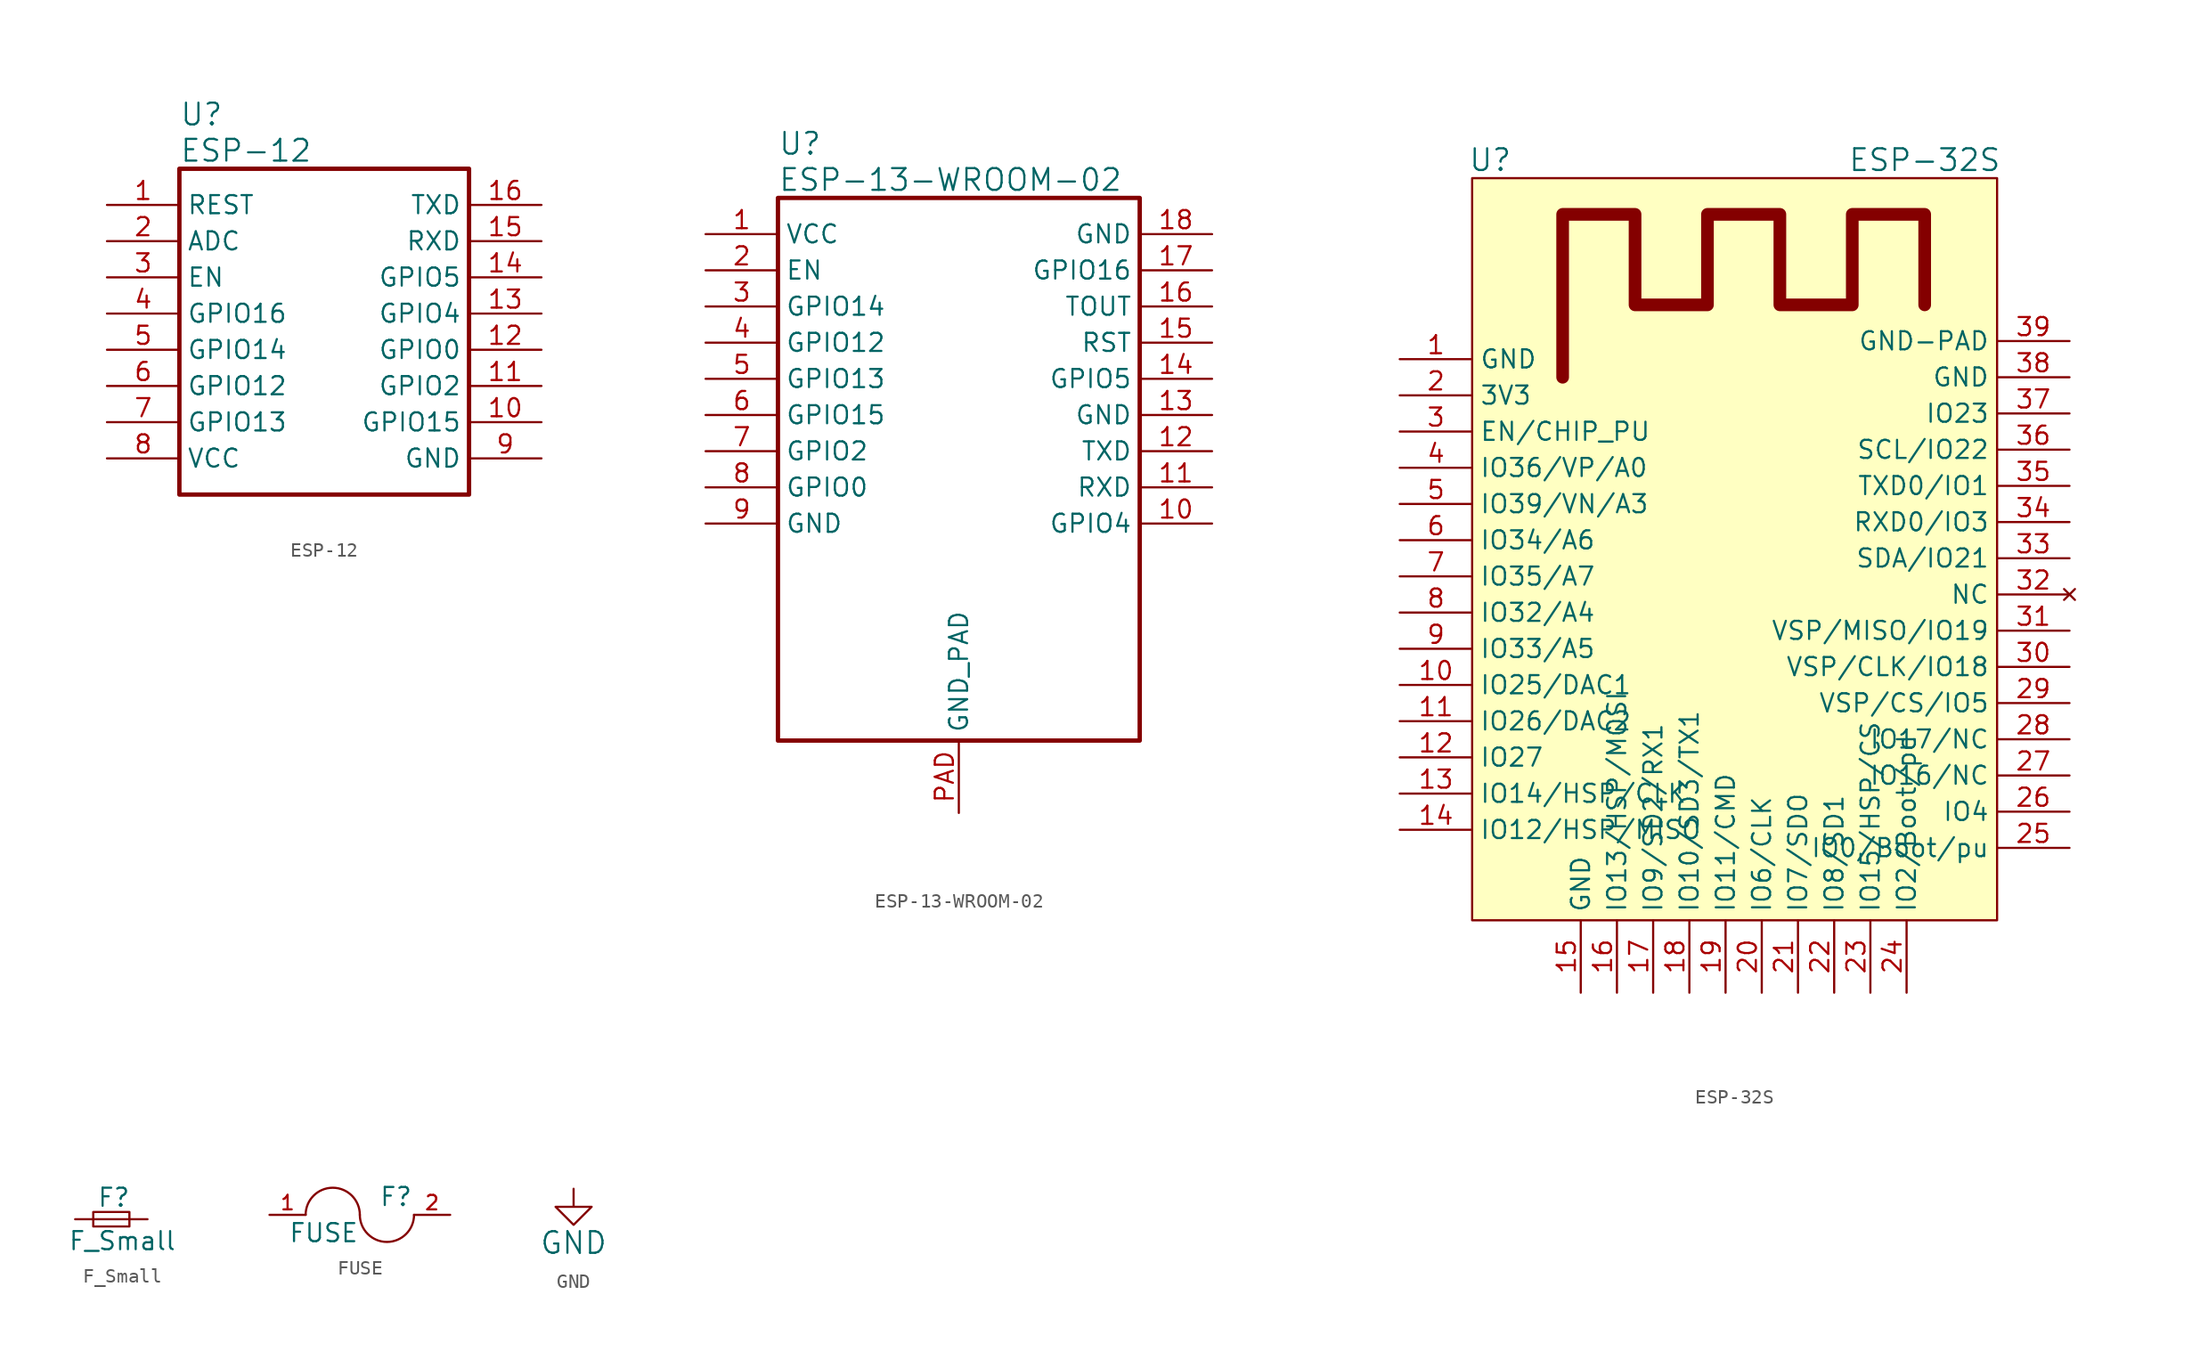
<source format=kicad_sym>
(kicad_symbol_lib
  (version 20220102)
  (generator kicad_symbol_editor)
  (symbol "ESP-12"
    (property "Reference" "U"
      (at 5.08 6.35 0)
      (effects (font (size 1.524 1.524)) (justify left)))
    (property "Value" "ESP-12"
      (at 5.08 3.81 0)
      (effects (font (size 1.524 1.524)) (justify left)))
    (property "ki_locked" ""
      (at 0 0 0)
      (effects (font (size 1.27 1.27))))
    (symbol "ESP-12_1_1"
      (rectangle (start 5.08 2.54) (end 25.4 -20.32) (stroke (width 0.305) (type default)) (fill (type none)))
      (pin input line (at 0 0 0) (length 5.08) (name "REST" (effects (font (size 1.27 1.27)))) (number "1" (effects (font (size 1.27 1.27)))))
      (pin bidirectional line (at 30.48 -15.24 180) (length 5.08) (name "GPIO15" (effects (font (size 1.27 1.27)))) (number "10" (effects (font (size 1.27 1.27)))))
      (pin bidirectional line (at 30.48 -12.7 180) (length 5.08) (name "GPIO2" (effects (font (size 1.27 1.27)))) (number "11" (effects (font (size 1.27 1.27)))))
      (pin bidirectional line (at 30.48 -10.16 180) (length 5.08) (name "GPIO0" (effects (font (size 1.27 1.27)))) (number "12" (effects (font (size 1.27 1.27)))))
      (pin bidirectional line (at 30.48 -7.62 180) (length 5.08) (name "GPIO4" (effects (font (size 1.27 1.27)))) (number "13" (effects (font (size 1.27 1.27)))))
      (pin bidirectional line (at 30.48 -5.08 180) (length 5.08) (name "GPIO5" (effects (font (size 1.27 1.27)))) (number "14" (effects (font (size 1.27 1.27)))))
      (pin input line (at 30.48 -2.54 180) (length 5.08) (name "RXD" (effects (font (size 1.27 1.27)))) (number "15" (effects (font (size 1.27 1.27)))))
      (pin output line (at 30.48 0 180) (length 5.08) (name "TXD" (effects (font (size 1.27 1.27)))) (number "16" (effects (font (size 1.27 1.27)))))
      (pin passive line (at 0 -2.54 0) (length 5.08) (name "ADC" (effects (font (size 1.27 1.27)))) (number "2" (effects (font (size 1.27 1.27)))))
      (pin input line (at 0 -5.08 0) (length 5.08) (name "EN" (effects (font (size 1.27 1.27)))) (number "3" (effects (font (size 1.27 1.27)))))
      (pin bidirectional line (at 0 -7.62 0) (length 5.08) (name "GPIO16" (effects (font (size 1.27 1.27)))) (number "4" (effects (font (size 1.27 1.27)))))
      (pin bidirectional line (at 0 -10.16 0) (length 5.08) (name "GPIO14" (effects (font (size 1.27 1.27)))) (number "5" (effects (font (size 1.27 1.27)))))
      (pin bidirectional line (at 0 -12.7 0) (length 5.08) (name "GPIO12" (effects (font (size 1.27 1.27)))) (number "6" (effects (font (size 1.27 1.27)))))
      (pin bidirectional line (at 0 -15.24 0) (length 5.08) (name "GPIO13" (effects (font (size 1.27 1.27)))) (number "7" (effects (font (size 1.27 1.27)))))
      (pin power_in line (at 0 -17.78 0) (length 5.08) (name "VCC" (effects (font (size 1.27 1.27)))) (number "8" (effects (font (size 1.27 1.27)))))
      (pin power_in line (at 30.48 -17.78 180) (length 5.08) (name "GND" (effects (font (size 1.27 1.27)))) (number "9" (effects (font (size 1.27 1.27)))))))
  (symbol "ESP-13-WROOM-02"
    (property "Reference" "U"
      (at 5.08 6.35 0)
      (effects (font (size 1.524 1.524)) (justify left)))
    (property "Value" "ESP-13-WROOM-02"
      (at 5.08 3.81 0)
      (effects (font (size 1.524 1.524)) (justify left)))
    (property "ki_locked" ""
      (at 0 0 0)
      (effects (font (size 1.27 1.27))))
    (symbol "ESP-13-WROOM-02_1_1"
      (rectangle (start 5.08 2.54) (end 30.48 -35.56) (stroke (width 0.305) (type default)) (fill (type none)))
      (pin input line (at 0 0 0) (length 5.08) (name "VCC" (effects (font (size 1.27 1.27)))) (number "1" (effects (font (size 1.27 1.27)))))
      (pin bidirectional line (at 35.56 -20.32 180) (length 5.08) (name "GPIO4" (effects (font (size 1.27 1.27)))) (number "10" (effects (font (size 1.27 1.27)))))
      (pin bidirectional line (at 35.56 -17.78 180) (length 5.08) (name "RXD" (effects (font (size 1.27 1.27)))) (number "11" (effects (font (size 1.27 1.27)))))
      (pin bidirectional line (at 35.56 -15.24 180) (length 5.08) (name "TXD" (effects (font (size 1.27 1.27)))) (number "12" (effects (font (size 1.27 1.27)))))
      (pin power_in line (at 35.56 -12.7 180) (length 5.08) (name "GND" (effects (font (size 1.27 1.27)))) (number "13" (effects (font (size 1.27 1.27)))))
      (pin bidirectional line (at 35.56 -10.16 180) (length 5.08) (name "GPIO5" (effects (font (size 1.27 1.27)))) (number "14" (effects (font (size 1.27 1.27)))))
      (pin input line (at 35.56 -7.62 180) (length 5.08) (name "RST" (effects (font (size 1.27 1.27)))) (number "15" (effects (font (size 1.27 1.27)))))
      (pin output line (at 35.56 -5.08 180) (length 5.08) (name "TOUT" (effects (font (size 1.27 1.27)))) (number "16" (effects (font (size 1.27 1.27)))))
      (pin bidirectional line (at 35.56 -2.54 180) (length 5.08) (name "GPIO16" (effects (font (size 1.27 1.27)))) (number "17" (effects (font (size 1.27 1.27)))))
      (pin power_in line (at 35.56 0 180) (length 5.08) (name "GND" (effects (font (size 1.27 1.27)))) (number "18" (effects (font (size 1.27 1.27)))))
      (pin passive line (at 0 -2.54 0) (length 5.08) (name "EN" (effects (font (size 1.27 1.27)))) (number "2" (effects (font (size 1.27 1.27)))))
      (pin input line (at 0 -5.08 0) (length 5.08) (name "GPIO14" (effects (font (size 1.27 1.27)))) (number "3" (effects (font (size 1.27 1.27)))))
      (pin bidirectional line (at 0 -7.62 0) (length 5.08) (name "GPIO12" (effects (font (size 1.27 1.27)))) (number "4" (effects (font (size 1.27 1.27)))))
      (pin bidirectional line (at 0 -10.16 0) (length 5.08) (name "GPIO13" (effects (font (size 1.27 1.27)))) (number "5" (effects (font (size 1.27 1.27)))))
      (pin bidirectional line (at 0 -12.7 0) (length 5.08) (name "GPIO15" (effects (font (size 1.27 1.27)))) (number "6" (effects (font (size 1.27 1.27)))))
      (pin bidirectional line (at 0 -15.24 0) (length 5.08) (name "GPIO2" (effects (font (size 1.27 1.27)))) (number "7" (effects (font (size 1.27 1.27)))))
      (pin bidirectional line (at 0 -17.78 0) (length 5.08) (name "GPIO0" (effects (font (size 1.27 1.27)))) (number "8" (effects (font (size 1.27 1.27)))))
      (pin power_in line (at 0 -20.32 0) (length 5.08) (name "GND" (effects (font (size 1.27 1.27)))) (number "9" (effects (font (size 1.27 1.27)))))
      (pin power_in line (at 17.78 -40.64 90) (length 5.08) (name "GND_PAD" (effects (font (size 1.27 1.27)))) (number "PAD" (effects (font (size 1.27 1.27)))))))
  (symbol "ESP-32S"
    (property "Reference" "U"
      (at -17.78 31.75 0)
      (effects (font (size 1.524 1.524))))
    (property "Value" "ESP-32S"
      (at 12.7 31.75 0)
      (effects (font (size 1.524 1.524))))
    (symbol "ESP-32S_0_1"
      (rectangle (start -19.05 30.48) (end 17.78 -21.59) (stroke (width 0) (type default)) (fill (type background)))
      (polyline (pts (xy -12.7 16.51) (xy -12.7 27.94) (xy -7.62 27.94) (xy -7.62 21.59) (xy -2.54 21.59) (xy -2.54 27.94) (xy 2.54 27.94) (xy 2.54 21.59) (xy 7.62 21.59) (xy 7.62 27.94) (xy 12.7 27.94) (xy 12.7 21.59)) (stroke (width 0.889) (type default)) (fill (type none))))
    (symbol "ESP-32S_1_1"
      (pin power_out line (at -24.13 17.78 0) (length 5.08) (name "GND" (effects (font (size 1.27 1.27)))) (number "1" (effects (font (size 1.27 1.27)))))
      (pin bidirectional line (at -24.13 -5.08 0) (length 5.08) (name "IO25/DAC1" (effects (font (size 1.27 1.27)))) (number "10" (effects (font (size 1.27 1.27)))))
      (pin bidirectional line (at -24.13 -7.62 0) (length 5.08) (name "IO26/DAC2" (effects (font (size 1.27 1.27)))) (number "11" (effects (font (size 1.27 1.27)))))
      (pin bidirectional line (at -24.13 -10.16 0) (length 5.08) (name "IO27" (effects (font (size 1.27 1.27)))) (number "12" (effects (font (size 1.27 1.27)))))
      (pin bidirectional line (at -24.13 -12.7 0) (length 5.08) (name "IO14/HSP/CLK" (effects (font (size 1.27 1.27)))) (number "13" (effects (font (size 1.27 1.27)))))
      (pin bidirectional line (at -24.13 -15.24 0) (length 5.08) (name "IO12/HSP/MISO" (effects (font (size 1.27 1.27)))) (number "14" (effects (font (size 1.27 1.27)))))
      (pin power_in line (at -11.43 -26.67 90) (length 5.08) (name "GND" (effects (font (size 1.27 1.27)))) (number "15" (effects (font (size 1.27 1.27)))))
      (pin bidirectional line (at -8.89 -26.67 90) (length 5.08) (name "IO13/HSP/MOSI" (effects (font (size 1.27 1.27)))) (number "16" (effects (font (size 1.27 1.27)))))
      (pin bidirectional line (at -6.35 -26.67 90) (length 5.08) (name "IO9/SD2/RX1" (effects (font (size 1.27 1.27)))) (number "17" (effects (font (size 1.27 1.27)))))
      (pin bidirectional line (at -3.81 -26.67 90) (length 5.08) (name "IO10/SD3/TX1" (effects (font (size 1.27 1.27)))) (number "18" (effects (font (size 1.27 1.27)))))
      (pin bidirectional line (at -1.27 -26.67 90) (length 5.08) (name "IO11/CMD" (effects (font (size 1.27 1.27)))) (number "19" (effects (font (size 1.27 1.27)))))
      (pin power_in line (at -24.13 15.24 0) (length 5.08) (name "3V3" (effects (font (size 1.27 1.27)))) (number "2" (effects (font (size 1.27 1.27)))))
      (pin input line (at 1.27 -26.67 90) (length 5.08) (name "IO6/CLK" (effects (font (size 1.27 1.27)))) (number "20" (effects (font (size 1.27 1.27)))))
      (pin bidirectional line (at 3.81 -26.67 90) (length 5.08) (name "IO7/SDO" (effects (font (size 1.27 1.27)))) (number "21" (effects (font (size 1.27 1.27)))))
      (pin bidirectional line (at 6.35 -26.67 90) (length 5.08) (name "IO8/SD1" (effects (font (size 1.27 1.27)))) (number "22" (effects (font (size 1.27 1.27)))))
      (pin bidirectional line (at 8.89 -26.67 90) (length 5.08) (name "IO15/HSP/CS" (effects (font (size 1.27 1.27)))) (number "23" (effects (font (size 1.27 1.27)))))
      (pin bidirectional line (at 11.43 -26.67 90) (length 5.08) (name "IO2/Boot/pd" (effects (font (size 1.27 1.27)))) (number "24" (effects (font (size 1.27 1.27)))))
      (pin bidirectional line (at 22.86 -16.51 180) (length 5.08) (name "IO0/Boot/pu" (effects (font (size 1.27 1.27)))) (number "25" (effects (font (size 1.27 1.27)))))
      (pin input line (at 22.86 -13.97 180) (length 5.08) (name "IO4" (effects (font (size 1.27 1.27)))) (number "26" (effects (font (size 1.27 1.27)))))
      (pin bidirectional line (at 22.86 -11.43 180) (length 5.08) (name "IO16/NC" (effects (font (size 1.27 1.27)))) (number "27" (effects (font (size 1.27 1.27)))))
      (pin bidirectional line (at 22.86 -8.89 180) (length 5.08) (name "IO17/NC" (effects (font (size 1.27 1.27)))) (number "28" (effects (font (size 1.27 1.27)))))
      (pin bidirectional line (at 22.86 -6.35 180) (length 5.08) (name "VSP/CS/IO5" (effects (font (size 1.27 1.27)))) (number "29" (effects (font (size 1.27 1.27)))))
      (pin input line (at -24.13 12.7 0) (length 5.08) (name "EN/CHIP_PU" (effects (font (size 1.27 1.27)))) (number "3" (effects (font (size 1.27 1.27)))))
      (pin input line (at 22.86 -3.81 180) (length 5.08) (name "VSP/CLK/IO18" (effects (font (size 1.27 1.27)))) (number "30" (effects (font (size 1.27 1.27)))))
      (pin bidirectional line (at 22.86 -1.27 180) (length 5.08) (name "VSP/MISO/IO19" (effects (font (size 1.27 1.27)))) (number "31" (effects (font (size 1.27 1.27)))))
      (pin no_connect line (at 22.86 1.27 180) (length 5.08) (name "NC" (effects (font (size 1.27 1.27)))) (number "32" (effects (font (size 1.27 1.27)))))
      (pin bidirectional line (at 22.86 3.81 180) (length 5.08) (name "SDA/IO21" (effects (font (size 1.27 1.27)))) (number "33" (effects (font (size 1.27 1.27)))))
      (pin bidirectional line (at 22.86 6.35 180) (length 5.08) (name "RXD0/IO3" (effects (font (size 1.27 1.27)))) (number "34" (effects (font (size 1.27 1.27)))))
      (pin bidirectional line (at 22.86 8.89 180) (length 5.08) (name "TXD0/IO1" (effects (font (size 1.27 1.27)))) (number "35" (effects (font (size 1.27 1.27)))))
      (pin bidirectional line (at 22.86 11.43 180) (length 5.08) (name "SCL/IO22" (effects (font (size 1.27 1.27)))) (number "36" (effects (font (size 1.27 1.27)))))
      (pin bidirectional line (at 22.86 13.97 180) (length 5.08) (name "IO23" (effects (font (size 1.27 1.27)))) (number "37" (effects (font (size 1.27 1.27)))))
      (pin power_in line (at 22.86 16.51 180) (length 5.08) (name "GND" (effects (font (size 1.27 1.27)))) (number "38" (effects (font (size 1.27 1.27)))))
      (pin power_in line (at 22.86 19.05 180) (length 5.08) (name "GND-PAD" (effects (font (size 1.27 1.27)))) (number "39" (effects (font (size 1.27 1.27)))))
      (pin input line (at -24.13 10.16 0) (length 5.08) (name "IO36/VP/A0" (effects (font (size 1.27 1.27)))) (number "4" (effects (font (size 1.27 1.27)))))
      (pin input line (at -24.13 7.62 0) (length 5.08) (name "IO39/VN/A3" (effects (font (size 1.27 1.27)))) (number "5" (effects (font (size 1.27 1.27)))))
      (pin bidirectional line (at -24.13 5.08 0) (length 5.08) (name "IO34/A6" (effects (font (size 1.27 1.27)))) (number "6" (effects (font (size 1.27 1.27)))))
      (pin bidirectional line (at -24.13 2.54 0) (length 5.08) (name "IO35/A7" (effects (font (size 1.27 1.27)))) (number "7" (effects (font (size 1.27 1.27)))))
      (pin bidirectional line (at -24.13 0 0) (length 5.08) (name "IO32/A4" (effects (font (size 1.27 1.27)))) (number "8" (effects (font (size 1.27 1.27)))))
      (pin bidirectional line (at -24.13 -2.54 0) (length 5.08) (name "IO33/A5" (effects (font (size 1.27 1.27)))) (number "9" (effects (font (size 1.27 1.27)))))))
  (symbol "F_Small"
    (pin_numbers hide)
    (pin_names
      (offset 0.254) hide)
    (property "Reference" "F"
      (at -1.016 1.524 0)
      (effects (font (size 1.27 1.27)) (justify left)))
    (property "Value" "F_Small"
      (at -3.048 -1.524 0)
      (effects (font (size 1.27 1.27)) (justify left)))
    (property "Footprint" ""
      (at 0 0 0)
      (effects (font (size 1.524 1.524))))
    (property "Datasheet" ""
      (at 0 0 0)
      (effects (font (size 1.524 1.524))))
    (symbol "F_Small_0_1"
      (rectangle (start -1.27 0.508) (end 1.27 -0.508) (stroke (width 0) (type default)) (fill (type none)))
      (polyline (pts (xy -1.27 0) (xy 1.27 0)) (stroke (width 0) (type default)) (fill (type none))))
    (symbol "F_Small_1_1"
      (pin passive line (at -2.54 0 0) (length 1.27) (name "~" (effects (font (size 1.016 1.016)))) (number "1" (effects (font (size 1.016 1.016)))))
      (pin passive line (at 2.54 0 180) (length 1.27) (name "~" (effects (font (size 1.016 1.016)))) (number "2" (effects (font (size 1.016 1.016)))))))
  (symbol "FUSE"
    (pin_names
      (offset 0.254))
    (property "Reference" "F"
      (at 2.54 1.27 0)
      (effects (font (size 1.27 1.27))))
    (property "Value" "FUSE"
      (at -2.54 -1.27 0)
      (effects (font (size 1.27 1.27))))
    (property "Footprint" ""
      (at 0 0 0)
      (effects (font (size 1.524 1.524))))
    (property "Datasheet" ""
      (at 0 0 0)
      (effects (font (size 1.524 1.524))))
    (symbol "FUSE_0_1"
      (arc (start 0 0) (mid -1.905 1.905) (end -3.81 0) (stroke (width 0) (type default)) (fill (type none)))
      (arc (start 0 0) (mid 1.905 -1.905) (end 3.81 0) (stroke (width 0) (type default)) (fill (type none))))
    (symbol "FUSE_1_1"
      (pin input line (at -6.35 0 0) (length 2.54) (name "~" (effects (font (size 1.016 1.016)))) (number "1" (effects (font (size 1.016 1.016)))))
      (pin input line (at 6.35 0 180) (length 2.54) (name "~" (effects (font (size 1.016 1.016)))) (number "2" (effects (font (size 1.016 1.016)))))))
  (symbol "GND"
    (power)
    (pin_names
      (offset 0))
    (property "Reference" "#PWR"
      (at 0 -6.35 0)
      (effects (font (size 1.524 1.524)) hide))
    (property "Value" "GND"
      (at 0 -3.81 0)
      (effects (font (size 1.524 1.524))))
    (property "Footprint" ""
      (at 0 0 0)
      (effects (font (size 1.524 1.524))))
    (property "Datasheet" ""
      (at 0 0 0)
      (effects (font (size 1.524 1.524))))
    (symbol "GND_0_1"
      (polyline (pts (xy 0 0) (xy 0 -1.27) (xy 1.27 -1.27) (xy 0 -2.54) (xy -1.27 -1.27) (xy 0 -1.27)) (stroke (width 0) (type default)) (fill (type none))))
    (symbol "GND_1_1"
      (pin power_in line (at 0 0 270) (length 0) hide (name "GND" (effects (font (size 1.27 1.27)))) (number "1" (effects (font (size 1.27 1.27))))))))
</source>
